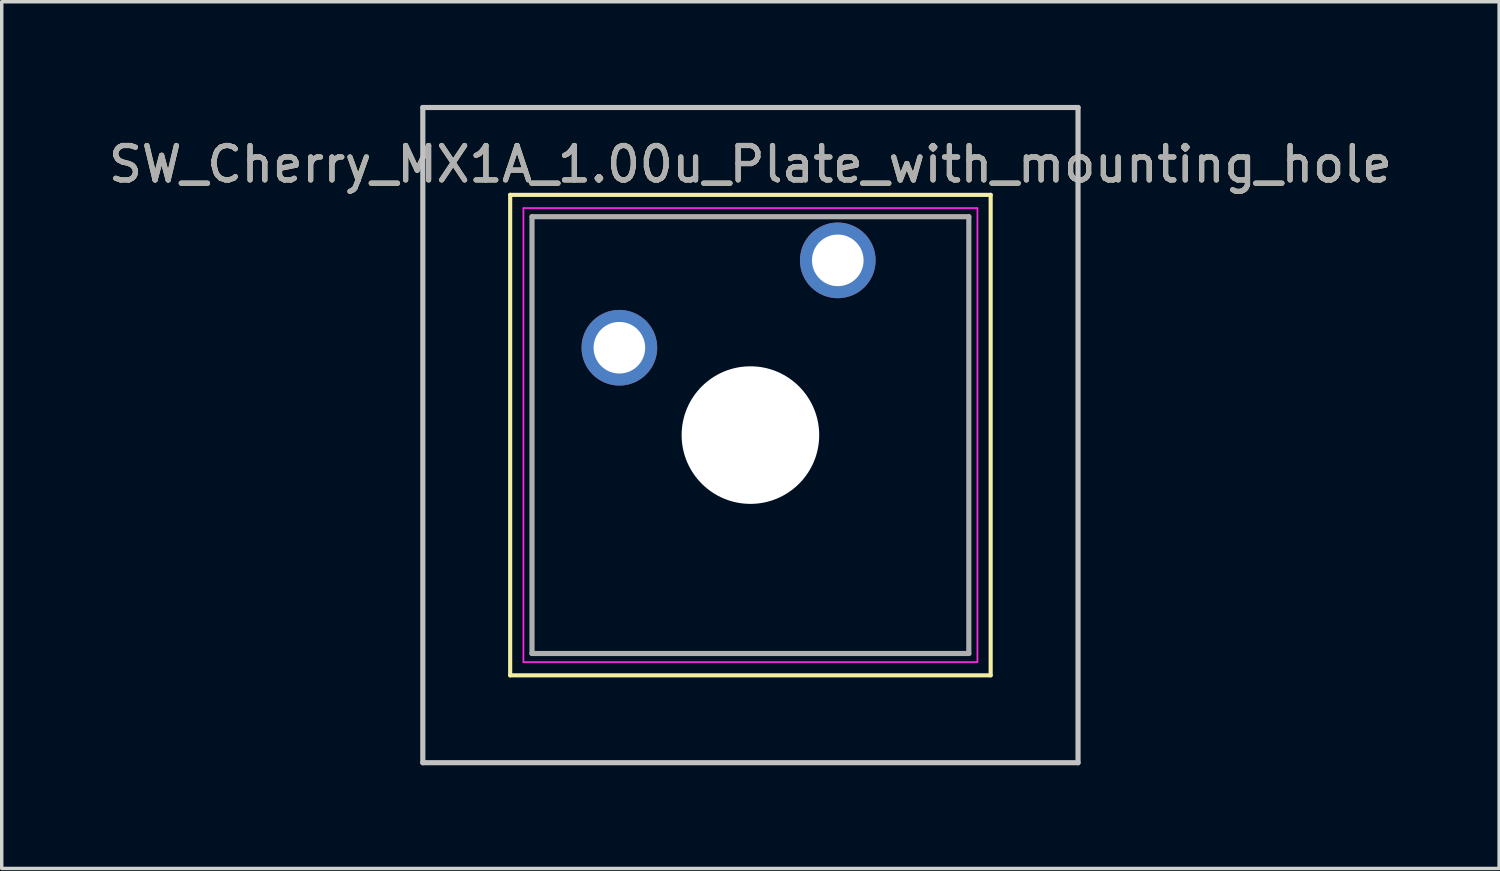
<source format=kicad_pcb>
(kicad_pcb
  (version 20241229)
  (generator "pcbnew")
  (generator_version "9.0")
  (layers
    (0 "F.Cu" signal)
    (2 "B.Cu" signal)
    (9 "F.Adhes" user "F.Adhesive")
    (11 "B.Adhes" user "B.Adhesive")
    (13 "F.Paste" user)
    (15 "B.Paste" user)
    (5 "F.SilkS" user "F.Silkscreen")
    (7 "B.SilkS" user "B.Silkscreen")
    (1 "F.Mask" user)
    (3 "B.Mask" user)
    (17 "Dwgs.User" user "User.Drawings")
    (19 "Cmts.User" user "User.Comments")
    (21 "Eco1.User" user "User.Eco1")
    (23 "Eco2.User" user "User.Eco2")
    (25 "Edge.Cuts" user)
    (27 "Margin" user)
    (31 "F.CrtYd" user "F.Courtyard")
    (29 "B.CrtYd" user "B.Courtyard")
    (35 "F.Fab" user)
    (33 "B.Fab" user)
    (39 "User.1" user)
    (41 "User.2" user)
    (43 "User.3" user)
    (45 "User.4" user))
  (footprint "SW_Cherry_MX1A_1.00u_Plate_with_mounting_hole"
    (layer "F.Cu")
    (at 18.768 9.6)
    (property "Reference" "SW_Cherry_MX1A_1.00u_Plate_with_mounting_hole" (at 0 -7.874 0) (layer "F.SilkS") (effects (font (size 1 1) (thickness 0.15))))
    (attr through_hole)
    (fp_line (start -6.985 -6.985) (end 6.985 -6.985) (stroke (width 0.12) (type solid)) (layer "F.SilkS"))
    (fp_line (start -6.985 6.985) (end -6.985 -6.985) (stroke (width 0.12) (type solid)) (layer "F.SilkS"))
    (fp_line (start 6.985 -6.985) (end 6.985 6.985) (stroke (width 0.12) (type solid)) (layer "F.SilkS"))
    (fp_line (start 6.985 6.985) (end -6.985 6.985) (stroke (width 0.12) (type solid)) (layer "F.SilkS"))
    (fp_line (start -9.525 -9.525) (end 9.525 -9.525) (stroke (width 0.15) (type solid)) (layer "Dwgs.User"))
    (fp_line (start -9.525 9.525) (end -9.525 -9.525) (stroke (width 0.15) (type solid)) (layer "Dwgs.User"))
    (fp_line (start 9.525 -9.525) (end 9.525 9.525) (stroke (width 0.15) (type solid)) (layer "Dwgs.User"))
    (fp_line (start 9.525 9.525) (end -9.525 9.525) (stroke (width 0.15) (type solid)) (layer "Dwgs.User"))
    (fp_line (start -6.871 6.718) (end -6.871 -6.718) (stroke (width 0.051) (type solid)) (layer "Eco1.User"))
    (fp_line (start -6.718 -6.871) (end 6.718 -6.871) (stroke (width 0.051) (type solid)) (layer "Eco1.User"))
    (fp_line (start 6.718 6.871) (end -6.718 6.871) (stroke (width 0.051) (type solid)) (layer "Eco1.User"))
    (fp_line (start 6.871 -6.718) (end 6.871 6.718) (stroke (width 0.051) (type solid)) (layer "Eco1.User"))
    (fp_arc (start -6.8707 -6.7183) (mid -6.826063 -6.826063) (end -6.7183 -6.8707) (stroke (width 0.0508) (type solid)) (layer "Eco1.User"))
    (fp_arc (start -6.7183 6.8707) (mid -6.826063 6.826063) (end -6.8707 6.7183) (stroke (width 0.0508) (type solid)) (layer "Eco1.User"))
    (fp_arc (start 6.7183 -6.8707) (mid 6.826063 -6.826063) (end 6.8707 -6.7183) (stroke (width 0.0508) (type solid)) (layer "Eco1.User"))
    (fp_arc (start 6.8707 6.7183) (mid 6.826063 6.826063) (end 6.7183 6.8707) (stroke (width 0.0508) (type solid)) (layer "Eco1.User"))
    (fp_line (start -6.6 -6.6) (end 6.6 -6.6) (stroke (width 0.05) (type solid)) (layer "F.CrtYd"))
    (fp_line (start -6.6 6.6) (end -6.6 -6.6) (stroke (width 0.05) (type solid)) (layer "F.CrtYd"))
    (fp_line (start 6.6 -6.6) (end 6.6 6.6) (stroke (width 0.05) (type solid)) (layer "F.CrtYd"))
    (fp_line (start 6.6 6.6) (end -6.6 6.6) (stroke (width 0.05) (type solid)) (layer "F.CrtYd"))
    (fp_line (start -6.35 -6.35) (end 6.35 -6.35) (stroke (width 0.15) (type solid)) (layer "F.Fab"))
    (fp_line (start -6.35 6.35) (end -6.35 -6.35) (stroke (width 0.15) (type solid)) (layer "F.Fab"))
    (fp_line (start 6.35 -6.35) (end 6.35 6.35) (stroke (width 0.15) (type solid)) (layer "F.Fab"))
    (fp_line (start 6.35 6.35) (end -6.35 6.35) (stroke (width 0.15) (type solid)) (layer "F.Fab"))
    (fp_text user "${REFERENCE}" (at 0 -7.874 0) (layer "F.Fab") (effects (font (size 1 1) (thickness 0.15))))
    (pad "" np_thru_hole circle (at 0 0) (size 4 4) (drill 4) (layers "*.Cu" "*.Mask"))
    (pad "1" thru_hole circle (at 2.54 -5.08) (size 2.2 2.2) (drill 1.5) (layers "*.Cu" "*.Mask"))
    (pad "2" thru_hole circle (at -3.81 -2.54) (size 2.2 2.2) (drill 1.5) (layers "*.Cu" "*.Mask")))
  (gr_rect
    (start -3 -3)
    (end 40.536 22.2)
    (stroke (width 0.1) (type default))
    (fill no)
    (layer "Edge.Cuts")))
</source>
